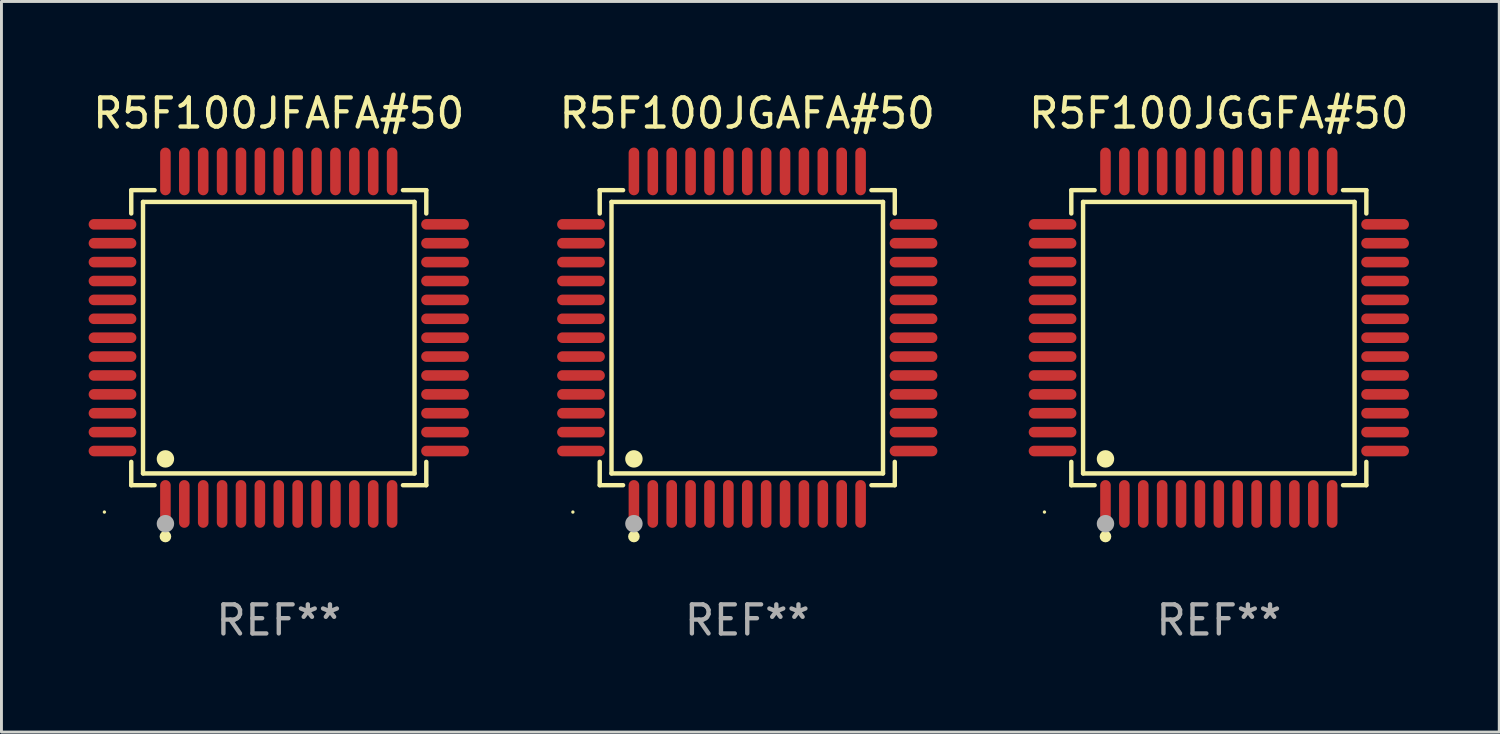
<source format=kicad_pcb>
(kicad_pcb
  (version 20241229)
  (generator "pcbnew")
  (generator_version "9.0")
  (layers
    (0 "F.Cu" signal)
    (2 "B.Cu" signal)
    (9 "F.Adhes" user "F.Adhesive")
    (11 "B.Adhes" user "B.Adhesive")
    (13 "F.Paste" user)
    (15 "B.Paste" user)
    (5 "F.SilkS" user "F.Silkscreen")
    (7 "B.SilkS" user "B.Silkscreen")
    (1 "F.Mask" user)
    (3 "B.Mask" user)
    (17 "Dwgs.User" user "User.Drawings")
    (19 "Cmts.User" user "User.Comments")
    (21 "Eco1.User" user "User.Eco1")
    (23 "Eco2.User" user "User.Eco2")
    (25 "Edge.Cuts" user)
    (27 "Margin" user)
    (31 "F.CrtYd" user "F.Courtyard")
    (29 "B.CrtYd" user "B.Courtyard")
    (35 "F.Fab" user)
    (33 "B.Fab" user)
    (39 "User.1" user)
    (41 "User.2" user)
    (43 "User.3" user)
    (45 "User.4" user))
  (footprint "R5F100JGGFA#50"
    (layer "F.Cu")
    (at 38.888 8.569)
    (property "Reference" "R5F100JGGFA#50" (at 0 -7.721 0) (layer "F.SilkS") (effects (font (size 1 1) (thickness 0.15))))
    (attr through_hole)
    (fp_line (start -5.076 -5.076) (end -4.273 -5.076) (stroke (width 0.152) (type solid)) (layer "F.SilkS"))
    (fp_line (start -5.076 -4.273) (end -5.076 -5.076) (stroke (width 0.152) (type solid)) (layer "F.SilkS"))
    (fp_line (start -5.076 4.273) (end -5.076 5.076) (stroke (width 0.152) (type solid)) (layer "F.SilkS"))
    (fp_line (start -5.076 5.076) (end -4.273 5.076) (stroke (width 0.152) (type solid)) (layer "F.SilkS"))
    (fp_line (start -4.671 -4.671) (end 4.671 -4.671) (stroke (width 0.152) (type solid)) (layer "F.SilkS"))
    (fp_line (start -4.671 4.671) (end -4.671 -4.671) (stroke (width 0.152) (type solid)) (layer "F.SilkS"))
    (fp_line (start 4.671 -4.671) (end 4.671 4.671) (stroke (width 0.152) (type solid)) (layer "F.SilkS"))
    (fp_line (start 4.671 4.671) (end -4.671 4.671) (stroke (width 0.152) (type solid)) (layer "F.SilkS"))
    (fp_line (start 5.076 -5.076) (end 4.273 -5.076) (stroke (width 0.152) (type solid)) (layer "F.SilkS"))
    (fp_line (start 5.076 -4.273) (end 5.076 -5.076) (stroke (width 0.152) (type solid)) (layer "F.SilkS"))
    (fp_line (start 5.076 4.273) (end 5.076 5.076) (stroke (width 0.152) (type solid)) (layer "F.SilkS"))
    (fp_line (start 5.076 5.076) (end 4.273 5.076) (stroke (width 0.152) (type solid)) (layer "F.SilkS"))
    (fp_circle (center -6 6) (end -5.97 6) (stroke (width 0.06) (type solid)) (fill no) (layer "F.SilkS"))
    (fp_circle (center -3.9 4.171) (end -3.75 4.171) (stroke (width 0.3) (type solid)) (fill no) (layer "F.SilkS"))
    (fp_circle (center -3.9 6.842) (end -3.8 6.842) (stroke (width 0.2) (type solid)) (fill no) (layer "F.SilkS"))
    (fp_circle (center -3.9 6.4) (end -3.75 6.4) (stroke (width 0.3) (type solid)) (fill no) (layer "F.Fab"))
    (fp_text user "REF**" (at 0 9.721 0) (layer "F.Fab") (effects (font (size 1 1) (thickness 0.15))))
    (pad "1" smd oval (at -3.9 5.721) (size 0.364 1.642) (layers "F.Cu" "F.Mask" "F.Paste"))
    (pad "2" smd oval (at -3.25 5.721) (size 0.364 1.642) (layers "F.Cu" "F.Mask" "F.Paste"))
    (pad "3" smd oval (at -2.6 5.721) (size 0.364 1.642) (layers "F.Cu" "F.Mask" "F.Paste"))
    (pad "4" smd oval (at -1.95 5.721) (size 0.364 1.642) (layers "F.Cu" "F.Mask" "F.Paste"))
    (pad "5" smd oval (at -1.3 5.721) (size 0.364 1.642) (layers "F.Cu" "F.Mask" "F.Paste"))
    (pad "6" smd oval (at -0.65 5.721) (size 0.364 1.642) (layers "F.Cu" "F.Mask" "F.Paste"))
    (pad "7" smd oval (at 0 5.721) (size 0.364 1.642) (layers "F.Cu" "F.Mask" "F.Paste"))
    (pad "8" smd oval (at 0.65 5.721) (size 0.364 1.642) (layers "F.Cu" "F.Mask" "F.Paste"))
    (pad "9" smd oval (at 1.3 5.721) (size 0.364 1.642) (layers "F.Cu" "F.Mask" "F.Paste"))
    (pad "10" smd oval (at 1.95 5.721) (size 0.364 1.642) (layers "F.Cu" "F.Mask" "F.Paste"))
    (pad "11" smd oval (at 2.6 5.721) (size 0.364 1.642) (layers "F.Cu" "F.Mask" "F.Paste"))
    (pad "12" smd oval (at 3.25 5.721) (size 0.364 1.642) (layers "F.Cu" "F.Mask" "F.Paste"))
    (pad "13" smd oval (at 3.9 5.721) (size 0.364 1.642) (layers "F.Cu" "F.Mask" "F.Paste"))
    (pad "14" smd oval (at 5.721 3.9) (size 1.642 0.364) (layers "F.Cu" "F.Mask" "F.Paste"))
    (pad "15" smd oval (at 5.721 3.25) (size 1.642 0.364) (layers "F.Cu" "F.Mask" "F.Paste"))
    (pad "16" smd oval (at 5.721 2.6) (size 1.642 0.364) (layers "F.Cu" "F.Mask" "F.Paste"))
    (pad "17" smd oval (at 5.721 1.95) (size 1.642 0.364) (layers "F.Cu" "F.Mask" "F.Paste"))
    (pad "18" smd oval (at 5.721 1.3) (size 1.642 0.364) (layers "F.Cu" "F.Mask" "F.Paste"))
    (pad "19" smd oval (at 5.721 0.65) (size 1.642 0.364) (layers "F.Cu" "F.Mask" "F.Paste"))
    (pad "20" smd oval (at 5.721 0) (size 1.642 0.364) (layers "F.Cu" "F.Mask" "F.Paste"))
    (pad "21" smd oval (at 5.721 -0.65) (size 1.642 0.364) (layers "F.Cu" "F.Mask" "F.Paste"))
    (pad "22" smd oval (at 5.721 -1.3) (size 1.642 0.364) (layers "F.Cu" "F.Mask" "F.Paste"))
    (pad "23" smd oval (at 5.721 -1.95) (size 1.642 0.364) (layers "F.Cu" "F.Mask" "F.Paste"))
    (pad "24" smd oval (at 5.721 -2.6) (size 1.642 0.364) (layers "F.Cu" "F.Mask" "F.Paste"))
    (pad "25" smd oval (at 5.721 -3.25) (size 1.642 0.364) (layers "F.Cu" "F.Mask" "F.Paste"))
    (pad "26" smd oval (at 5.721 -3.9) (size 1.642 0.364) (layers "F.Cu" "F.Mask" "F.Paste"))
    (pad "27" smd oval (at 3.9 -5.721) (size 0.364 1.642) (layers "F.Cu" "F.Mask" "F.Paste"))
    (pad "28" smd oval (at 3.25 -5.721) (size 0.364 1.642) (layers "F.Cu" "F.Mask" "F.Paste"))
    (pad "29" smd oval (at 2.6 -5.721) (size 0.364 1.642) (layers "F.Cu" "F.Mask" "F.Paste"))
    (pad "30" smd oval (at 1.95 -5.721) (size 0.364 1.642) (layers "F.Cu" "F.Mask" "F.Paste"))
    (pad "31" smd oval (at 1.3 -5.721) (size 0.364 1.642) (layers "F.Cu" "F.Mask" "F.Paste"))
    (pad "32" smd oval (at 0.65 -5.721) (size 0.364 1.642) (layers "F.Cu" "F.Mask" "F.Paste"))
    (pad "33" smd oval (at 0 -5.721) (size 0.364 1.642) (layers "F.Cu" "F.Mask" "F.Paste"))
    (pad "34" smd oval (at -0.65 -5.721) (size 0.364 1.642) (layers "F.Cu" "F.Mask" "F.Paste"))
    (pad "35" smd oval (at -1.3 -5.721) (size 0.364 1.642) (layers "F.Cu" "F.Mask" "F.Paste"))
    (pad "36" smd oval (at -1.95 -5.721) (size 0.364 1.642) (layers "F.Cu" "F.Mask" "F.Paste"))
    (pad "37" smd oval (at -2.6 -5.721) (size 0.364 1.642) (layers "F.Cu" "F.Mask" "F.Paste"))
    (pad "38" smd oval (at -3.25 -5.721) (size 0.364 1.642) (layers "F.Cu" "F.Mask" "F.Paste"))
    (pad "39" smd oval (at -3.9 -5.721) (size 0.364 1.642) (layers "F.Cu" "F.Mask" "F.Paste"))
    (pad "40" smd oval (at -5.721 -3.9) (size 1.642 0.364) (layers "F.Cu" "F.Mask" "F.Paste"))
    (pad "41" smd oval (at -5.721 -3.25) (size 1.642 0.364) (layers "F.Cu" "F.Mask" "F.Paste"))
    (pad "42" smd oval (at -5.721 -2.6) (size 1.642 0.364) (layers "F.Cu" "F.Mask" "F.Paste"))
    (pad "43" smd oval (at -5.721 -1.95) (size 1.642 0.364) (layers "F.Cu" "F.Mask" "F.Paste"))
    (pad "44" smd oval (at -5.721 -1.3) (size 1.642 0.364) (layers "F.Cu" "F.Mask" "F.Paste"))
    (pad "45" smd oval (at -5.721 -0.65) (size 1.642 0.364) (layers "F.Cu" "F.Mask" "F.Paste"))
    (pad "46" smd oval (at -5.721 0) (size 1.642 0.364) (layers "F.Cu" "F.Mask" "F.Paste"))
    (pad "47" smd oval (at -5.721 0.65) (size 1.642 0.364) (layers "F.Cu" "F.Mask" "F.Paste"))
    (pad "48" smd oval (at -5.721 1.3) (size 1.642 0.364) (layers "F.Cu" "F.Mask" "F.Paste"))
    (pad "49" smd oval (at -5.721 1.95) (size 1.642 0.364) (layers "F.Cu" "F.Mask" "F.Paste"))
    (pad "50" smd oval (at -5.721 2.6) (size 1.642 0.364) (layers "F.Cu" "F.Mask" "F.Paste"))
    (pad "51" smd oval (at -5.721 3.25) (size 1.642 0.364) (layers "F.Cu" "F.Mask" "F.Paste"))
    (pad "52" smd oval (at -5.721 3.9) (size 1.642 0.364) (layers "F.Cu" "F.Mask" "F.Paste")))
  (footprint "R5F100JFAFA#50"
    (layer "F.Cu")
    (at 6.542 8.569)
    (property "Reference" "R5F100JFAFA#50" (at 0 -7.721 0) (layer "F.SilkS") (effects (font (size 1 1) (thickness 0.15))))
    (attr through_hole)
    (fp_line (start -5.076 -5.076) (end -4.273 -5.076) (stroke (width 0.152) (type solid)) (layer "F.SilkS"))
    (fp_line (start -5.076 -4.273) (end -5.076 -5.076) (stroke (width 0.152) (type solid)) (layer "F.SilkS"))
    (fp_line (start -5.076 4.273) (end -5.076 5.076) (stroke (width 0.152) (type solid)) (layer "F.SilkS"))
    (fp_line (start -5.076 5.076) (end -4.273 5.076) (stroke (width 0.152) (type solid)) (layer "F.SilkS"))
    (fp_line (start -4.671 -4.671) (end 4.671 -4.671) (stroke (width 0.152) (type solid)) (layer "F.SilkS"))
    (fp_line (start -4.671 4.671) (end -4.671 -4.671) (stroke (width 0.152) (type solid)) (layer "F.SilkS"))
    (fp_line (start 4.671 -4.671) (end 4.671 4.671) (stroke (width 0.152) (type solid)) (layer "F.SilkS"))
    (fp_line (start 4.671 4.671) (end -4.671 4.671) (stroke (width 0.152) (type solid)) (layer "F.SilkS"))
    (fp_line (start 5.076 -5.076) (end 4.273 -5.076) (stroke (width 0.152) (type solid)) (layer "F.SilkS"))
    (fp_line (start 5.076 -4.273) (end 5.076 -5.076) (stroke (width 0.152) (type solid)) (layer "F.SilkS"))
    (fp_line (start 5.076 4.273) (end 5.076 5.076) (stroke (width 0.152) (type solid)) (layer "F.SilkS"))
    (fp_line (start 5.076 5.076) (end 4.273 5.076) (stroke (width 0.152) (type solid)) (layer "F.SilkS"))
    (fp_circle (center -6 6) (end -5.97 6) (stroke (width 0.06) (type solid)) (fill no) (layer "F.SilkS"))
    (fp_circle (center -3.9 4.171) (end -3.75 4.171) (stroke (width 0.3) (type solid)) (fill no) (layer "F.SilkS"))
    (fp_circle (center -3.9 6.842) (end -3.8 6.842) (stroke (width 0.2) (type solid)) (fill no) (layer "F.SilkS"))
    (fp_circle (center -3.9 6.4) (end -3.75 6.4) (stroke (width 0.3) (type solid)) (fill no) (layer "F.Fab"))
    (fp_text user "REF**" (at 0 9.721 0) (layer "F.Fab") (effects (font (size 1 1) (thickness 0.15))))
    (pad "1" smd oval (at -3.9 5.721) (size 0.364 1.642) (layers "F.Cu" "F.Mask" "F.Paste"))
    (pad "2" smd oval (at -3.25 5.721) (size 0.364 1.642) (layers "F.Cu" "F.Mask" "F.Paste"))
    (pad "3" smd oval (at -2.6 5.721) (size 0.364 1.642) (layers "F.Cu" "F.Mask" "F.Paste"))
    (pad "4" smd oval (at -1.95 5.721) (size 0.364 1.642) (layers "F.Cu" "F.Mask" "F.Paste"))
    (pad "5" smd oval (at -1.3 5.721) (size 0.364 1.642) (layers "F.Cu" "F.Mask" "F.Paste"))
    (pad "6" smd oval (at -0.65 5.721) (size 0.364 1.642) (layers "F.Cu" "F.Mask" "F.Paste"))
    (pad "7" smd oval (at 0 5.721) (size 0.364 1.642) (layers "F.Cu" "F.Mask" "F.Paste"))
    (pad "8" smd oval (at 0.65 5.721) (size 0.364 1.642) (layers "F.Cu" "F.Mask" "F.Paste"))
    (pad "9" smd oval (at 1.3 5.721) (size 0.364 1.642) (layers "F.Cu" "F.Mask" "F.Paste"))
    (pad "10" smd oval (at 1.95 5.721) (size 0.364 1.642) (layers "F.Cu" "F.Mask" "F.Paste"))
    (pad "11" smd oval (at 2.6 5.721) (size 0.364 1.642) (layers "F.Cu" "F.Mask" "F.Paste"))
    (pad "12" smd oval (at 3.25 5.721) (size 0.364 1.642) (layers "F.Cu" "F.Mask" "F.Paste"))
    (pad "13" smd oval (at 3.9 5.721) (size 0.364 1.642) (layers "F.Cu" "F.Mask" "F.Paste"))
    (pad "14" smd oval (at 5.721 3.9) (size 1.642 0.364) (layers "F.Cu" "F.Mask" "F.Paste"))
    (pad "15" smd oval (at 5.721 3.25) (size 1.642 0.364) (layers "F.Cu" "F.Mask" "F.Paste"))
    (pad "16" smd oval (at 5.721 2.6) (size 1.642 0.364) (layers "F.Cu" "F.Mask" "F.Paste"))
    (pad "17" smd oval (at 5.721 1.95) (size 1.642 0.364) (layers "F.Cu" "F.Mask" "F.Paste"))
    (pad "18" smd oval (at 5.721 1.3) (size 1.642 0.364) (layers "F.Cu" "F.Mask" "F.Paste"))
    (pad "19" smd oval (at 5.721 0.65) (size 1.642 0.364) (layers "F.Cu" "F.Mask" "F.Paste"))
    (pad "20" smd oval (at 5.721 0) (size 1.642 0.364) (layers "F.Cu" "F.Mask" "F.Paste"))
    (pad "21" smd oval (at 5.721 -0.65) (size 1.642 0.364) (layers "F.Cu" "F.Mask" "F.Paste"))
    (pad "22" smd oval (at 5.721 -1.3) (size 1.642 0.364) (layers "F.Cu" "F.Mask" "F.Paste"))
    (pad "23" smd oval (at 5.721 -1.95) (size 1.642 0.364) (layers "F.Cu" "F.Mask" "F.Paste"))
    (pad "24" smd oval (at 5.721 -2.6) (size 1.642 0.364) (layers "F.Cu" "F.Mask" "F.Paste"))
    (pad "25" smd oval (at 5.721 -3.25) (size 1.642 0.364) (layers "F.Cu" "F.Mask" "F.Paste"))
    (pad "26" smd oval (at 5.721 -3.9) (size 1.642 0.364) (layers "F.Cu" "F.Mask" "F.Paste"))
    (pad "27" smd oval (at 3.9 -5.721) (size 0.364 1.642) (layers "F.Cu" "F.Mask" "F.Paste"))
    (pad "28" smd oval (at 3.25 -5.721) (size 0.364 1.642) (layers "F.Cu" "F.Mask" "F.Paste"))
    (pad "29" smd oval (at 2.6 -5.721) (size 0.364 1.642) (layers "F.Cu" "F.Mask" "F.Paste"))
    (pad "30" smd oval (at 1.95 -5.721) (size 0.364 1.642) (layers "F.Cu" "F.Mask" "F.Paste"))
    (pad "31" smd oval (at 1.3 -5.721) (size 0.364 1.642) (layers "F.Cu" "F.Mask" "F.Paste"))
    (pad "32" smd oval (at 0.65 -5.721) (size 0.364 1.642) (layers "F.Cu" "F.Mask" "F.Paste"))
    (pad "33" smd oval (at 0 -5.721) (size 0.364 1.642) (layers "F.Cu" "F.Mask" "F.Paste"))
    (pad "34" smd oval (at -0.65 -5.721) (size 0.364 1.642) (layers "F.Cu" "F.Mask" "F.Paste"))
    (pad "35" smd oval (at -1.3 -5.721) (size 0.364 1.642) (layers "F.Cu" "F.Mask" "F.Paste"))
    (pad "36" smd oval (at -1.95 -5.721) (size 0.364 1.642) (layers "F.Cu" "F.Mask" "F.Paste"))
    (pad "37" smd oval (at -2.6 -5.721) (size 0.364 1.642) (layers "F.Cu" "F.Mask" "F.Paste"))
    (pad "38" smd oval (at -3.25 -5.721) (size 0.364 1.642) (layers "F.Cu" "F.Mask" "F.Paste"))
    (pad "39" smd oval (at -3.9 -5.721) (size 0.364 1.642) (layers "F.Cu" "F.Mask" "F.Paste"))
    (pad "40" smd oval (at -5.721 -3.9) (size 1.642 0.364) (layers "F.Cu" "F.Mask" "F.Paste"))
    (pad "41" smd oval (at -5.721 -3.25) (size 1.642 0.364) (layers "F.Cu" "F.Mask" "F.Paste"))
    (pad "42" smd oval (at -5.721 -2.6) (size 1.642 0.364) (layers "F.Cu" "F.Mask" "F.Paste"))
    (pad "43" smd oval (at -5.721 -1.95) (size 1.642 0.364) (layers "F.Cu" "F.Mask" "F.Paste"))
    (pad "44" smd oval (at -5.721 -1.3) (size 1.642 0.364) (layers "F.Cu" "F.Mask" "F.Paste"))
    (pad "45" smd oval (at -5.721 -0.65) (size 1.642 0.364) (layers "F.Cu" "F.Mask" "F.Paste"))
    (pad "46" smd oval (at -5.721 0) (size 1.642 0.364) (layers "F.Cu" "F.Mask" "F.Paste"))
    (pad "47" smd oval (at -5.721 0.65) (size 1.642 0.364) (layers "F.Cu" "F.Mask" "F.Paste"))
    (pad "48" smd oval (at -5.721 1.3) (size 1.642 0.364) (layers "F.Cu" "F.Mask" "F.Paste"))
    (pad "49" smd oval (at -5.721 1.95) (size 1.642 0.364) (layers "F.Cu" "F.Mask" "F.Paste"))
    (pad "50" smd oval (at -5.721 2.6) (size 1.642 0.364) (layers "F.Cu" "F.Mask" "F.Paste"))
    (pad "51" smd oval (at -5.721 3.25) (size 1.642 0.364) (layers "F.Cu" "F.Mask" "F.Paste"))
    (pad "52" smd oval (at -5.721 3.9) (size 1.642 0.364) (layers "F.Cu" "F.Mask" "F.Paste")))
  (footprint "R5F100JGAFA#50"
    (layer "F.Cu")
    (at 22.662 8.569)
    (property "Reference" "R5F100JGAFA#50" (at 0 -7.721 0) (layer "F.SilkS") (effects (font (size 1 1) (thickness 0.15))))
    (attr through_hole)
    (fp_line (start -5.076 -5.076) (end -4.273 -5.076) (stroke (width 0.152) (type solid)) (layer "F.SilkS"))
    (fp_line (start -5.076 -4.273) (end -5.076 -5.076) (stroke (width 0.152) (type solid)) (layer "F.SilkS"))
    (fp_line (start -5.076 4.273) (end -5.076 5.076) (stroke (width 0.152) (type solid)) (layer "F.SilkS"))
    (fp_line (start -5.076 5.076) (end -4.273 5.076) (stroke (width 0.152) (type solid)) (layer "F.SilkS"))
    (fp_line (start -4.671 -4.671) (end 4.671 -4.671) (stroke (width 0.152) (type solid)) (layer "F.SilkS"))
    (fp_line (start -4.671 4.671) (end -4.671 -4.671) (stroke (width 0.152) (type solid)) (layer "F.SilkS"))
    (fp_line (start 4.671 -4.671) (end 4.671 4.671) (stroke (width 0.152) (type solid)) (layer "F.SilkS"))
    (fp_line (start 4.671 4.671) (end -4.671 4.671) (stroke (width 0.152) (type solid)) (layer "F.SilkS"))
    (fp_line (start 5.076 -5.076) (end 4.273 -5.076) (stroke (width 0.152) (type solid)) (layer "F.SilkS"))
    (fp_line (start 5.076 -4.273) (end 5.076 -5.076) (stroke (width 0.152) (type solid)) (layer "F.SilkS"))
    (fp_line (start 5.076 4.273) (end 5.076 5.076) (stroke (width 0.152) (type solid)) (layer "F.SilkS"))
    (fp_line (start 5.076 5.076) (end 4.273 5.076) (stroke (width 0.152) (type solid)) (layer "F.SilkS"))
    (fp_circle (center -6 6) (end -5.97 6) (stroke (width 0.06) (type solid)) (fill no) (layer "F.SilkS"))
    (fp_circle (center -3.9 4.171) (end -3.75 4.171) (stroke (width 0.3) (type solid)) (fill no) (layer "F.SilkS"))
    (fp_circle (center -3.9 6.842) (end -3.8 6.842) (stroke (width 0.2) (type solid)) (fill no) (layer "F.SilkS"))
    (fp_circle (center -3.9 6.4) (end -3.75 6.4) (stroke (width 0.3) (type solid)) (fill no) (layer "F.Fab"))
    (fp_text user "REF**" (at 0 9.721 0) (layer "F.Fab") (effects (font (size 1 1) (thickness 0.15))))
    (pad "1" smd oval (at -3.9 5.721) (size 0.364 1.642) (layers "F.Cu" "F.Mask" "F.Paste"))
    (pad "2" smd oval (at -3.25 5.721) (size 0.364 1.642) (layers "F.Cu" "F.Mask" "F.Paste"))
    (pad "3" smd oval (at -2.6 5.721) (size 0.364 1.642) (layers "F.Cu" "F.Mask" "F.Paste"))
    (pad "4" smd oval (at -1.95 5.721) (size 0.364 1.642) (layers "F.Cu" "F.Mask" "F.Paste"))
    (pad "5" smd oval (at -1.3 5.721) (size 0.364 1.642) (layers "F.Cu" "F.Mask" "F.Paste"))
    (pad "6" smd oval (at -0.65 5.721) (size 0.364 1.642) (layers "F.Cu" "F.Mask" "F.Paste"))
    (pad "7" smd oval (at 0 5.721) (size 0.364 1.642) (layers "F.Cu" "F.Mask" "F.Paste"))
    (pad "8" smd oval (at 0.65 5.721) (size 0.364 1.642) (layers "F.Cu" "F.Mask" "F.Paste"))
    (pad "9" smd oval (at 1.3 5.721) (size 0.364 1.642) (layers "F.Cu" "F.Mask" "F.Paste"))
    (pad "10" smd oval (at 1.95 5.721) (size 0.364 1.642) (layers "F.Cu" "F.Mask" "F.Paste"))
    (pad "11" smd oval (at 2.6 5.721) (size 0.364 1.642) (layers "F.Cu" "F.Mask" "F.Paste"))
    (pad "12" smd oval (at 3.25 5.721) (size 0.364 1.642) (layers "F.Cu" "F.Mask" "F.Paste"))
    (pad "13" smd oval (at 3.9 5.721) (size 0.364 1.642) (layers "F.Cu" "F.Mask" "F.Paste"))
    (pad "14" smd oval (at 5.721 3.9) (size 1.642 0.364) (layers "F.Cu" "F.Mask" "F.Paste"))
    (pad "15" smd oval (at 5.721 3.25) (size 1.642 0.364) (layers "F.Cu" "F.Mask" "F.Paste"))
    (pad "16" smd oval (at 5.721 2.6) (size 1.642 0.364) (layers "F.Cu" "F.Mask" "F.Paste"))
    (pad "17" smd oval (at 5.721 1.95) (size 1.642 0.364) (layers "F.Cu" "F.Mask" "F.Paste"))
    (pad "18" smd oval (at 5.721 1.3) (size 1.642 0.364) (layers "F.Cu" "F.Mask" "F.Paste"))
    (pad "19" smd oval (at 5.721 0.65) (size 1.642 0.364) (layers "F.Cu" "F.Mask" "F.Paste"))
    (pad "20" smd oval (at 5.721 0) (size 1.642 0.364) (layers "F.Cu" "F.Mask" "F.Paste"))
    (pad "21" smd oval (at 5.721 -0.65) (size 1.642 0.364) (layers "F.Cu" "F.Mask" "F.Paste"))
    (pad "22" smd oval (at 5.721 -1.3) (size 1.642 0.364) (layers "F.Cu" "F.Mask" "F.Paste"))
    (pad "23" smd oval (at 5.721 -1.95) (size 1.642 0.364) (layers "F.Cu" "F.Mask" "F.Paste"))
    (pad "24" smd oval (at 5.721 -2.6) (size 1.642 0.364) (layers "F.Cu" "F.Mask" "F.Paste"))
    (pad "25" smd oval (at 5.721 -3.25) (size 1.642 0.364) (layers "F.Cu" "F.Mask" "F.Paste"))
    (pad "26" smd oval (at 5.721 -3.9) (size 1.642 0.364) (layers "F.Cu" "F.Mask" "F.Paste"))
    (pad "27" smd oval (at 3.9 -5.721) (size 0.364 1.642) (layers "F.Cu" "F.Mask" "F.Paste"))
    (pad "28" smd oval (at 3.25 -5.721) (size 0.364 1.642) (layers "F.Cu" "F.Mask" "F.Paste"))
    (pad "29" smd oval (at 2.6 -5.721) (size 0.364 1.642) (layers "F.Cu" "F.Mask" "F.Paste"))
    (pad "30" smd oval (at 1.95 -5.721) (size 0.364 1.642) (layers "F.Cu" "F.Mask" "F.Paste"))
    (pad "31" smd oval (at 1.3 -5.721) (size 0.364 1.642) (layers "F.Cu" "F.Mask" "F.Paste"))
    (pad "32" smd oval (at 0.65 -5.721) (size 0.364 1.642) (layers "F.Cu" "F.Mask" "F.Paste"))
    (pad "33" smd oval (at 0 -5.721) (size 0.364 1.642) (layers "F.Cu" "F.Mask" "F.Paste"))
    (pad "34" smd oval (at -0.65 -5.721) (size 0.364 1.642) (layers "F.Cu" "F.Mask" "F.Paste"))
    (pad "35" smd oval (at -1.3 -5.721) (size 0.364 1.642) (layers "F.Cu" "F.Mask" "F.Paste"))
    (pad "36" smd oval (at -1.95 -5.721) (size 0.364 1.642) (layers "F.Cu" "F.Mask" "F.Paste"))
    (pad "37" smd oval (at -2.6 -5.721) (size 0.364 1.642) (layers "F.Cu" "F.Mask" "F.Paste"))
    (pad "38" smd oval (at -3.25 -5.721) (size 0.364 1.642) (layers "F.Cu" "F.Mask" "F.Paste"))
    (pad "39" smd oval (at -3.9 -5.721) (size 0.364 1.642) (layers "F.Cu" "F.Mask" "F.Paste"))
    (pad "40" smd oval (at -5.721 -3.9) (size 1.642 0.364) (layers "F.Cu" "F.Mask" "F.Paste"))
    (pad "41" smd oval (at -5.721 -3.25) (size 1.642 0.364) (layers "F.Cu" "F.Mask" "F.Paste"))
    (pad "42" smd oval (at -5.721 -2.6) (size 1.642 0.364) (layers "F.Cu" "F.Mask" "F.Paste"))
    (pad "43" smd oval (at -5.721 -1.95) (size 1.642 0.364) (layers "F.Cu" "F.Mask" "F.Paste"))
    (pad "44" smd oval (at -5.721 -1.3) (size 1.642 0.364) (layers "F.Cu" "F.Mask" "F.Paste"))
    (pad "45" smd oval (at -5.721 -0.65) (size 1.642 0.364) (layers "F.Cu" "F.Mask" "F.Paste"))
    (pad "46" smd oval (at -5.721 0) (size 1.642 0.364) (layers "F.Cu" "F.Mask" "F.Paste"))
    (pad "47" smd oval (at -5.721 0.65) (size 1.642 0.364) (layers "F.Cu" "F.Mask" "F.Paste"))
    (pad "48" smd oval (at -5.721 1.3) (size 1.642 0.364) (layers "F.Cu" "F.Mask" "F.Paste"))
    (pad "49" smd oval (at -5.721 1.95) (size 1.642 0.364) (layers "F.Cu" "F.Mask" "F.Paste"))
    (pad "50" smd oval (at -5.721 2.6) (size 1.642 0.364) (layers "F.Cu" "F.Mask" "F.Paste"))
    (pad "51" smd oval (at -5.721 3.25) (size 1.642 0.364) (layers "F.Cu" "F.Mask" "F.Paste"))
    (pad "52" smd oval (at -5.721 3.9) (size 1.642 0.364) (layers "F.Cu" "F.Mask" "F.Paste")))
  (gr_rect
    (start -3 -3)
    (end 48.537 22.139)
    (stroke (width 0.1) (type default))
    (fill no)
    (layer "Edge.Cuts")))
</source>
